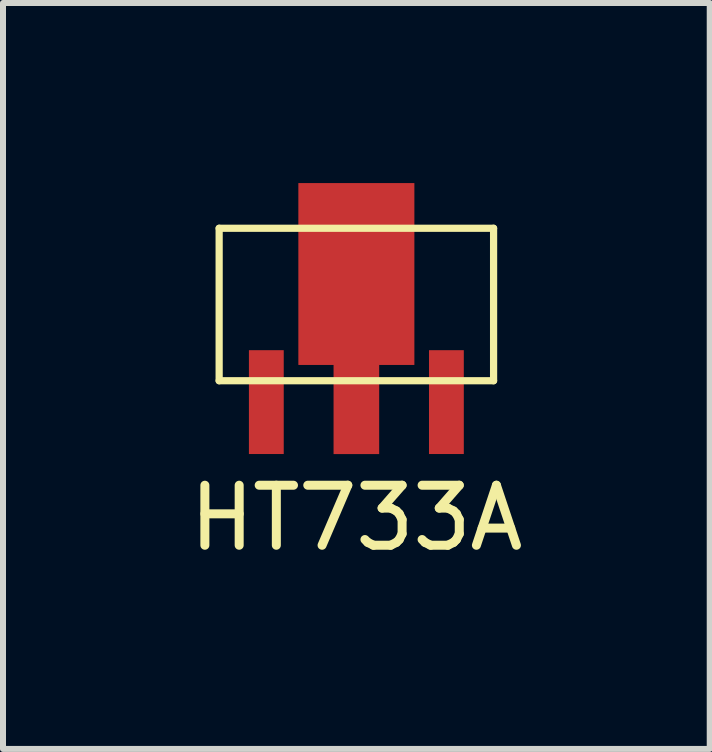
<source format=kicad_pcb>
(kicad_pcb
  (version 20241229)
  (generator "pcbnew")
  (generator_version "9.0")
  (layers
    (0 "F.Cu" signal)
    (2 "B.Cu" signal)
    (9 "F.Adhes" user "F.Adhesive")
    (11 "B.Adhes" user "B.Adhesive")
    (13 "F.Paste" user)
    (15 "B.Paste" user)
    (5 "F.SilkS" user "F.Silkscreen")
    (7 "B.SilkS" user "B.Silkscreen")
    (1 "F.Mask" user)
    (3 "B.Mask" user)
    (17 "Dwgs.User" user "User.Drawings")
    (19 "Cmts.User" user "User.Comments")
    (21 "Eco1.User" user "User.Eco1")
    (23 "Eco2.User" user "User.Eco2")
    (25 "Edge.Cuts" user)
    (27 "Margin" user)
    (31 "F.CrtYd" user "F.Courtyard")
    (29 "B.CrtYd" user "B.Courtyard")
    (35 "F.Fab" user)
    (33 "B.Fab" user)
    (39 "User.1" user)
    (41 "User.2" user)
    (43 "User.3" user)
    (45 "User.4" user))
  (footprint "HT733A"
    (layer "F.Cu")
    (at 2.887 3.039)
    (property "Reference" "HT733A" (at 0 2.54 0) (layer "F.SilkS") (effects (font (size 1 1) (thickness 0.15))))
    (attr through_hole)
    (fp_line (start -2.286 -2.286) (end 2.286 -2.286) (stroke (width 0.12) (type solid)) (layer "F.SilkS"))
    (fp_line (start -2.286 0.254) (end -2.286 -2.286) (stroke (width 0.12) (type solid)) (layer "F.SilkS"))
    (fp_line (start 2.286 -2.286) (end 2.286 0.254) (stroke (width 0.12) (type solid)) (layer "F.SilkS"))
    (fp_line (start 2.286 0.254) (end -2.286 0.254) (stroke (width 0.12) (type solid)) (layer "F.SilkS"))
    (pad "1" smd rect (at -1.5 0.61) (size 0.58 1.73) (layers "F.Cu" "F.Mask" "F.Paste"))
    (pad "2" smd custom (at 0 -1.524) (size 1.933 3.03) (layers "F.Cu" "F.Mask" "F.Paste") (options (anchor rect)) (primitives (gr_poly (pts (xy -0.38 1.5) (xy -0.38 3) (xy 0.38 3) (xy 0.38 1.5)) (width 0) (fill yes))))
    (pad "3" smd rect (at 1.5 0.61) (size 0.58 1.73) (layers "F.Cu" "F.Mask" "F.Paste")))
  (gr_rect
    (start -3 -3)
    (end 8.774 9.427)
    (stroke (width 0.1) (type default))
    (fill no)
    (layer "Edge.Cuts")))
</source>
